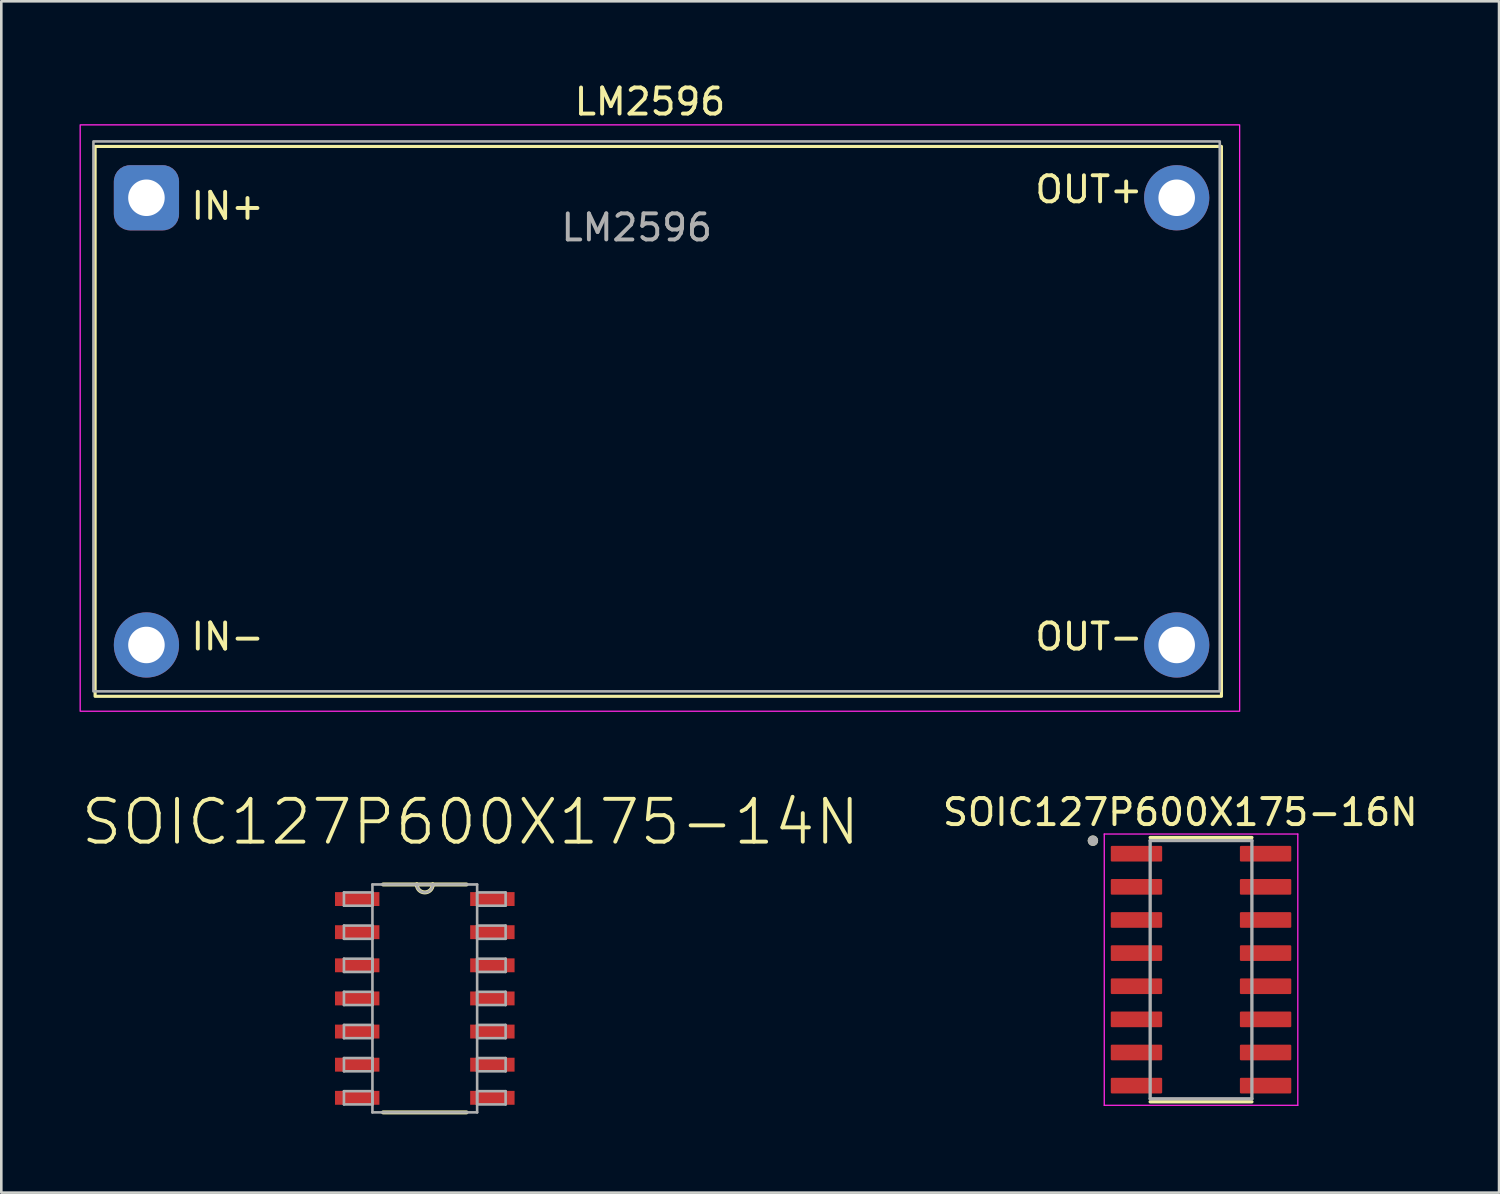
<source format=kicad_pcb>
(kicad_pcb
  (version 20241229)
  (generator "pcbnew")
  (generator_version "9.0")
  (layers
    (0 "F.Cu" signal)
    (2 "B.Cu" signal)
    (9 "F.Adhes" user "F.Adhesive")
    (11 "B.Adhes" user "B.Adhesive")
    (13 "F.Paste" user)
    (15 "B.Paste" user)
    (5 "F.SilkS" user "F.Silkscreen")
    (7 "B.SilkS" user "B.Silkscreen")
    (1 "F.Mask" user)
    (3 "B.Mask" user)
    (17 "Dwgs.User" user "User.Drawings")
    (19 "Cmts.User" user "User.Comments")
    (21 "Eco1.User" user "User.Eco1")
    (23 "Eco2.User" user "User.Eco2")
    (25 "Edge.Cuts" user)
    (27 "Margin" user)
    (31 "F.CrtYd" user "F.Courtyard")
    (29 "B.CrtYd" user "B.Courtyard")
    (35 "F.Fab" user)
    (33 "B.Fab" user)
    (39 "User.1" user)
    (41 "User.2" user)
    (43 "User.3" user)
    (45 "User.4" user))
  (footprint "SOIC127P600X175-16N"
    (layer "F.Cu")
    (at 42.994 34.124)
    (property "Reference" "SOIC127P600X175-16N" (at -0.795 -6.035 0) (layer "F.SilkS") (effects (font (size 1 1) (thickness 0.15))))
    (attr smd)
    (fp_line (start -1.95 -5.065) (end 1.95 -5.065) (stroke (width 0.127) (type solid)) (layer "F.SilkS"))
    (fp_line (start -1.95 5.065) (end 1.95 5.065) (stroke (width 0.127) (type solid)) (layer "F.SilkS"))
    (fp_circle (center -4.145 -4.945) (end -4.045 -4.945) (stroke (width 0.2) (type solid)) (fill no) (layer "F.SilkS"))
    (fp_line (start -3.71 -5.2) (end -3.71 5.2) (stroke (width 0.05) (type solid)) (layer "F.CrtYd"))
    (fp_line (start -3.71 -5.2) (end 3.71 -5.2) (stroke (width 0.05) (type solid)) (layer "F.CrtYd"))
    (fp_line (start -3.71 5.2) (end 3.71 5.2) (stroke (width 0.05) (type solid)) (layer "F.CrtYd"))
    (fp_line (start 3.71 -5.2) (end 3.71 5.2) (stroke (width 0.05) (type solid)) (layer "F.CrtYd"))
    (fp_line (start -1.95 -4.95) (end -1.95 4.95) (stroke (width 0.127) (type solid)) (layer "F.Fab"))
    (fp_line (start -1.95 -4.95) (end 1.95 -4.95) (stroke (width 0.127) (type solid)) (layer "F.Fab"))
    (fp_line (start -1.95 4.95) (end 1.95 4.95) (stroke (width 0.127) (type solid)) (layer "F.Fab"))
    (fp_line (start 1.95 -4.95) (end 1.95 4.95) (stroke (width 0.127) (type solid)) (layer "F.Fab"))
    (fp_circle (center -4.145 -4.945) (end -4.045 -4.945) (stroke (width 0.2) (type solid)) (fill no) (layer "F.Fab"))
    (pad "1" smd roundrect (at -2.475 -4.445) (size 1.97 0.6) (layers "F.Cu" "F.Mask" "F.Paste") (roundrect_rratio 0.07))
    (pad "2" smd roundrect (at -2.475 -3.175) (size 1.97 0.6) (layers "F.Cu" "F.Mask" "F.Paste") (roundrect_rratio 0.07))
    (pad "3" smd roundrect (at -2.475 -1.905) (size 1.97 0.6) (layers "F.Cu" "F.Mask" "F.Paste") (roundrect_rratio 0.07))
    (pad "4" smd roundrect (at -2.475 -0.635) (size 1.97 0.6) (layers "F.Cu" "F.Mask" "F.Paste") (roundrect_rratio 0.07))
    (pad "5" smd roundrect (at -2.475 0.635) (size 1.97 0.6) (layers "F.Cu" "F.Mask" "F.Paste") (roundrect_rratio 0.07))
    (pad "6" smd roundrect (at -2.475 1.905) (size 1.97 0.6) (layers "F.Cu" "F.Mask" "F.Paste") (roundrect_rratio 0.07))
    (pad "7" smd roundrect (at -2.475 3.175) (size 1.97 0.6) (layers "F.Cu" "F.Mask" "F.Paste") (roundrect_rratio 0.07))
    (pad "8" smd roundrect (at -2.475 4.445) (size 1.97 0.6) (layers "F.Cu" "F.Mask" "F.Paste") (roundrect_rratio 0.07))
    (pad "9" smd roundrect (at 2.475 4.445) (size 1.97 0.6) (layers "F.Cu" "F.Mask" "F.Paste") (roundrect_rratio 0.07))
    (pad "10" smd roundrect (at 2.475 3.175) (size 1.97 0.6) (layers "F.Cu" "F.Mask" "F.Paste") (roundrect_rratio 0.07))
    (pad "11" smd roundrect (at 2.475 1.905) (size 1.97 0.6) (layers "F.Cu" "F.Mask" "F.Paste") (roundrect_rratio 0.07))
    (pad "12" smd roundrect (at 2.475 0.635) (size 1.97 0.6) (layers "F.Cu" "F.Mask" "F.Paste") (roundrect_rratio 0.07))
    (pad "13" smd roundrect (at 2.475 -0.635) (size 1.97 0.6) (layers "F.Cu" "F.Mask" "F.Paste") (roundrect_rratio 0.07))
    (pad "14" smd roundrect (at 2.475 -1.905) (size 1.97 0.6) (layers "F.Cu" "F.Mask" "F.Paste") (roundrect_rratio 0.07))
    (pad "15" smd roundrect (at 2.475 -3.175) (size 1.97 0.6) (layers "F.Cu" "F.Mask" "F.Paste") (roundrect_rratio 0.07))
    (pad "16" smd roundrect (at 2.475 -4.445) (size 1.97 0.6) (layers "F.Cu" "F.Mask" "F.Paste") (roundrect_rratio 0.07)))
  (footprint "LM2596"
    (layer "F.Cu")
    (at 22.186 13.104)
    (property "Reference" "LM2596" (at -0.318 -12.255 0) (layer "F.SilkS") (effects (font (size 1 1) (thickness 0.15))))
    (attr through_hole)
    (fp_rect (start -21.59 -10.541) (end 21.59 10.541) (stroke (width 0.12) (type solid)) (fill no) (layer "F.SilkS"))
    (fp_rect (start -22.162 -11.367) (end 22.288 11.113) (stroke (width 0.05) (type solid)) (fill no) (layer "F.CrtYd"))
    (fp_rect (start -21.654 10.351) (end 21.526 -10.732) (stroke (width 0.1) (type solid)) (fill no) (layer "F.Fab"))
    (fp_text user "IN+" (at -16.51 -8.255 0) (unlocked yes) (layer "F.SilkS") (effects (font (size 1 1) (thickness 0.15))))
    (fp_text user "OUT+" (at 16.51 -8.89 0) (unlocked yes) (layer "F.SilkS") (effects (font (size 1 1) (thickness 0.15))))
    (fp_text user "OUT-" (at 16.51 8.255 0) (unlocked yes) (layer "F.SilkS") (effects (font (size 1 1) (thickness 0.15))))
    (fp_text user "IN-" (at -16.51 8.255 0) (unlocked yes) (layer "F.SilkS") (effects (font (size 1 1) (thickness 0.15))))
    (fp_text user "${REFERENCE}" (at -0.826 -7.429 0) (layer "F.Fab") (effects (font (size 1 1) (thickness 0.15))))
    (pad "1" thru_hole roundrect (at -19.622 -8.572) (size 2.5 2.5) (drill 1.4) (layers "*.Cu" "*.Mask") (roundrect_rratio 0.25))
    (pad "2" thru_hole circle (at -19.622 8.572) (size 2.5 2.5) (drill 1.4) (layers "*.Cu" "*.Mask"))
    (pad "3" thru_hole circle (at 19.875 8.572) (size 2.5 2.5) (drill 1.4) (layers "*.Cu" "*.Mask"))
    (pad "4" thru_hole circle (at 19.875 -8.572) (size 2.5 2.5) (drill 1.4) (layers "*.Cu" "*.Mask")))
  (footprint "SOIC127P600X175-14N"
    (layer "F.Cu")
    (at 13.235 35.227)
    (property "Reference" "SOIC127P600X175-14N" (at 1.754 -6.762 0) (layer "F.SilkS") (effects (font (size 1.641 1.641) (thickness 0.15))))
    (attr smd)
    (fp_line (start -1.6 4.369) (end 1.6 4.369) (stroke (width 0.152) (type solid)) (layer "F.SilkS"))
    (fp_line (start -0.305 -4.369) (end -1.6 -4.369) (stroke (width 0.152) (type solid)) (layer "F.SilkS"))
    (fp_line (start 0.305 -4.369) (end -0.305 -4.369) (stroke (width 0.152) (type solid)) (layer "F.SilkS"))
    (fp_line (start 1.6 -4.369) (end 0.305 -4.369) (stroke (width 0.152) (type solid)) (layer "F.SilkS"))
    (fp_arc (start 0.3048 -4.3688) (mid 0 -4.064) (end -0.3048 -4.3688) (stroke (width 0.1524) (type solid)) (layer "F.SilkS"))
    (fp_line (start -3.099 -4.064) (end -3.099 -3.556) (stroke (width 0.1) (type solid)) (layer "F.Fab"))
    (fp_line (start -3.099 -3.556) (end -2.007 -3.556) (stroke (width 0.1) (type solid)) (layer "F.Fab"))
    (fp_line (start -3.099 -2.794) (end -3.099 -2.286) (stroke (width 0.1) (type solid)) (layer "F.Fab"))
    (fp_line (start -3.099 -2.286) (end -2.007 -2.286) (stroke (width 0.1) (type solid)) (layer "F.Fab"))
    (fp_line (start -3.099 -1.524) (end -3.099 -1.016) (stroke (width 0.1) (type solid)) (layer "F.Fab"))
    (fp_line (start -3.099 -1.016) (end -2.007 -1.016) (stroke (width 0.1) (type solid)) (layer "F.Fab"))
    (fp_line (start -3.099 -0.254) (end -3.099 0.254) (stroke (width 0.1) (type solid)) (layer "F.Fab"))
    (fp_line (start -3.099 0.254) (end -2.007 0.254) (stroke (width 0.1) (type solid)) (layer "F.Fab"))
    (fp_line (start -3.099 1.016) (end -3.099 1.524) (stroke (width 0.1) (type solid)) (layer "F.Fab"))
    (fp_line (start -3.099 1.524) (end -2.007 1.524) (stroke (width 0.1) (type solid)) (layer "F.Fab"))
    (fp_line (start -3.099 2.286) (end -3.099 2.794) (stroke (width 0.1) (type solid)) (layer "F.Fab"))
    (fp_line (start -3.099 2.794) (end -2.007 2.794) (stroke (width 0.1) (type solid)) (layer "F.Fab"))
    (fp_line (start -3.099 3.556) (end -3.099 4.064) (stroke (width 0.1) (type solid)) (layer "F.Fab"))
    (fp_line (start -3.099 4.064) (end -2.007 4.064) (stroke (width 0.1) (type solid)) (layer "F.Fab"))
    (fp_line (start -2.007 -4.369) (end -2.007 4.369) (stroke (width 0.1) (type solid)) (layer "F.Fab"))
    (fp_line (start -2.007 -4.064) (end -3.099 -4.064) (stroke (width 0.1) (type solid)) (layer "F.Fab"))
    (fp_line (start -2.007 -3.556) (end -2.007 -4.064) (stroke (width 0.1) (type solid)) (layer "F.Fab"))
    (fp_line (start -2.007 -2.794) (end -3.099 -2.794) (stroke (width 0.1) (type solid)) (layer "F.Fab"))
    (fp_line (start -2.007 -2.286) (end -2.007 -2.794) (stroke (width 0.1) (type solid)) (layer "F.Fab"))
    (fp_line (start -2.007 -1.524) (end -3.099 -1.524) (stroke (width 0.1) (type solid)) (layer "F.Fab"))
    (fp_line (start -2.007 -1.016) (end -2.007 -1.524) (stroke (width 0.1) (type solid)) (layer "F.Fab"))
    (fp_line (start -2.007 -0.254) (end -3.099 -0.254) (stroke (width 0.1) (type solid)) (layer "F.Fab"))
    (fp_line (start -2.007 0.254) (end -2.007 -0.254) (stroke (width 0.1) (type solid)) (layer "F.Fab"))
    (fp_line (start -2.007 1.016) (end -3.099 1.016) (stroke (width 0.1) (type solid)) (layer "F.Fab"))
    (fp_line (start -2.007 1.524) (end -2.007 1.016) (stroke (width 0.1) (type solid)) (layer "F.Fab"))
    (fp_line (start -2.007 2.286) (end -3.099 2.286) (stroke (width 0.1) (type solid)) (layer "F.Fab"))
    (fp_line (start -2.007 2.794) (end -2.007 2.286) (stroke (width 0.1) (type solid)) (layer "F.Fab"))
    (fp_line (start -2.007 3.556) (end -3.099 3.556) (stroke (width 0.1) (type solid)) (layer "F.Fab"))
    (fp_line (start -2.007 4.064) (end -2.007 3.556) (stroke (width 0.1) (type solid)) (layer "F.Fab"))
    (fp_line (start -2.007 4.369) (end 2.007 4.369) (stroke (width 0.1) (type solid)) (layer "F.Fab"))
    (fp_line (start -0.305 -4.369) (end -2.007 -4.369) (stroke (width 0.1) (type solid)) (layer "F.Fab"))
    (fp_line (start 0.305 -4.369) (end -0.305 -4.369) (stroke (width 0.1) (type solid)) (layer "F.Fab"))
    (fp_line (start 2.007 -4.369) (end 0.305 -4.369) (stroke (width 0.1) (type solid)) (layer "F.Fab"))
    (fp_line (start 2.007 -4.064) (end 2.007 -3.556) (stroke (width 0.1) (type solid)) (layer "F.Fab"))
    (fp_line (start 2.007 -3.556) (end 3.099 -3.556) (stroke (width 0.1) (type solid)) (layer "F.Fab"))
    (fp_line (start 2.007 -2.794) (end 2.007 -2.286) (stroke (width 0.1) (type solid)) (layer "F.Fab"))
    (fp_line (start 2.007 -2.286) (end 3.099 -2.286) (stroke (width 0.1) (type solid)) (layer "F.Fab"))
    (fp_line (start 2.007 -1.524) (end 2.007 -1.016) (stroke (width 0.1) (type solid)) (layer "F.Fab"))
    (fp_line (start 2.007 -1.016) (end 3.099 -1.016) (stroke (width 0.1) (type solid)) (layer "F.Fab"))
    (fp_line (start 2.007 -0.254) (end 2.007 0.254) (stroke (width 0.1) (type solid)) (layer "F.Fab"))
    (fp_line (start 2.007 0.254) (end 3.099 0.254) (stroke (width 0.1) (type solid)) (layer "F.Fab"))
    (fp_line (start 2.007 1.016) (end 2.007 1.524) (stroke (width 0.1) (type solid)) (layer "F.Fab"))
    (fp_line (start 2.007 1.524) (end 3.099 1.524) (stroke (width 0.1) (type solid)) (layer "F.Fab"))
    (fp_line (start 2.007 2.286) (end 2.007 2.794) (stroke (width 0.1) (type solid)) (layer "F.Fab"))
    (fp_line (start 2.007 2.794) (end 3.099 2.794) (stroke (width 0.1) (type solid)) (layer "F.Fab"))
    (fp_line (start 2.007 3.556) (end 2.007 4.064) (stroke (width 0.1) (type solid)) (layer "F.Fab"))
    (fp_line (start 2.007 4.064) (end 3.099 4.064) (stroke (width 0.1) (type solid)) (layer "F.Fab"))
    (fp_line (start 2.007 4.369) (end 2.007 -4.369) (stroke (width 0.1) (type solid)) (layer "F.Fab"))
    (fp_line (start 3.099 -4.064) (end 2.007 -4.064) (stroke (width 0.1) (type solid)) (layer "F.Fab"))
    (fp_line (start 3.099 -3.556) (end 3.099 -4.064) (stroke (width 0.1) (type solid)) (layer "F.Fab"))
    (fp_line (start 3.099 -2.794) (end 2.007 -2.794) (stroke (width 0.1) (type solid)) (layer "F.Fab"))
    (fp_line (start 3.099 -2.286) (end 3.099 -2.794) (stroke (width 0.1) (type solid)) (layer "F.Fab"))
    (fp_line (start 3.099 -1.524) (end 2.007 -1.524) (stroke (width 0.1) (type solid)) (layer "F.Fab"))
    (fp_line (start 3.099 -1.016) (end 3.099 -1.524) (stroke (width 0.1) (type solid)) (layer "F.Fab"))
    (fp_line (start 3.099 -0.254) (end 2.007 -0.254) (stroke (width 0.1) (type solid)) (layer "F.Fab"))
    (fp_line (start 3.099 0.254) (end 3.099 -0.254) (stroke (width 0.1) (type solid)) (layer "F.Fab"))
    (fp_line (start 3.099 1.016) (end 2.007 1.016) (stroke (width 0.1) (type solid)) (layer "F.Fab"))
    (fp_line (start 3.099 1.524) (end 3.099 1.016) (stroke (width 0.1) (type solid)) (layer "F.Fab"))
    (fp_line (start 3.099 2.286) (end 2.007 2.286) (stroke (width 0.1) (type solid)) (layer "F.Fab"))
    (fp_line (start 3.099 2.794) (end 3.099 2.286) (stroke (width 0.1) (type solid)) (layer "F.Fab"))
    (fp_line (start 3.099 3.556) (end 2.007 3.556) (stroke (width 0.1) (type solid)) (layer "F.Fab"))
    (fp_line (start 3.099 4.064) (end 3.099 3.556) (stroke (width 0.1) (type solid)) (layer "F.Fab"))
    (fp_arc (start 0.3048 -4.3688) (mid 0 -4.064) (end -0.3048 -4.3688) (stroke (width 0.1) (type solid)) (layer "F.Fab"))
    (pad "1" smd rect (at -2.591 -3.81) (size 1.702 0.533) (layers "F.Cu" "F.Mask" "F.Paste"))
    (pad "2" smd rect (at -2.591 -2.54) (size 1.702 0.533) (layers "F.Cu" "F.Mask" "F.Paste"))
    (pad "3" smd rect (at -2.591 -1.27) (size 1.702 0.533) (layers "F.Cu" "F.Mask" "F.Paste"))
    (pad "4" smd rect (at -2.591 0) (size 1.702 0.533) (layers "F.Cu" "F.Mask" "F.Paste"))
    (pad "5" smd rect (at -2.591 1.27) (size 1.702 0.533) (layers "F.Cu" "F.Mask" "F.Paste"))
    (pad "6" smd rect (at -2.591 2.54) (size 1.702 0.533) (layers "F.Cu" "F.Mask" "F.Paste"))
    (pad "7" smd rect (at -2.591 3.81) (size 1.702 0.533) (layers "F.Cu" "F.Mask" "F.Paste"))
    (pad "8" smd rect (at 2.591 3.81) (size 1.702 0.533) (layers "F.Cu" "F.Mask" "F.Paste"))
    (pad "9" smd rect (at 2.591 2.54) (size 1.702 0.533) (layers "F.Cu" "F.Mask" "F.Paste"))
    (pad "10" smd rect (at 2.591 1.27) (size 1.702 0.533) (layers "F.Cu" "F.Mask" "F.Paste"))
    (pad "11" smd rect (at 2.591 0) (size 1.702 0.533) (layers "F.Cu" "F.Mask" "F.Paste"))
    (pad "12" smd rect (at 2.591 -1.27) (size 1.702 0.533) (layers "F.Cu" "F.Mask" "F.Paste"))
    (pad "13" smd rect (at 2.591 -2.54) (size 1.702 0.533) (layers "F.Cu" "F.Mask" "F.Paste"))
    (pad "14" smd rect (at 2.591 -3.81) (size 1.702 0.533) (layers "F.Cu" "F.Mask" "F.Paste")))
  (gr_rect
    (start -3 -3)
    (end 54.419 42.672)
    (stroke (width 0.1) (type default))
    (fill no)
    (layer "Edge.Cuts")))
</source>
